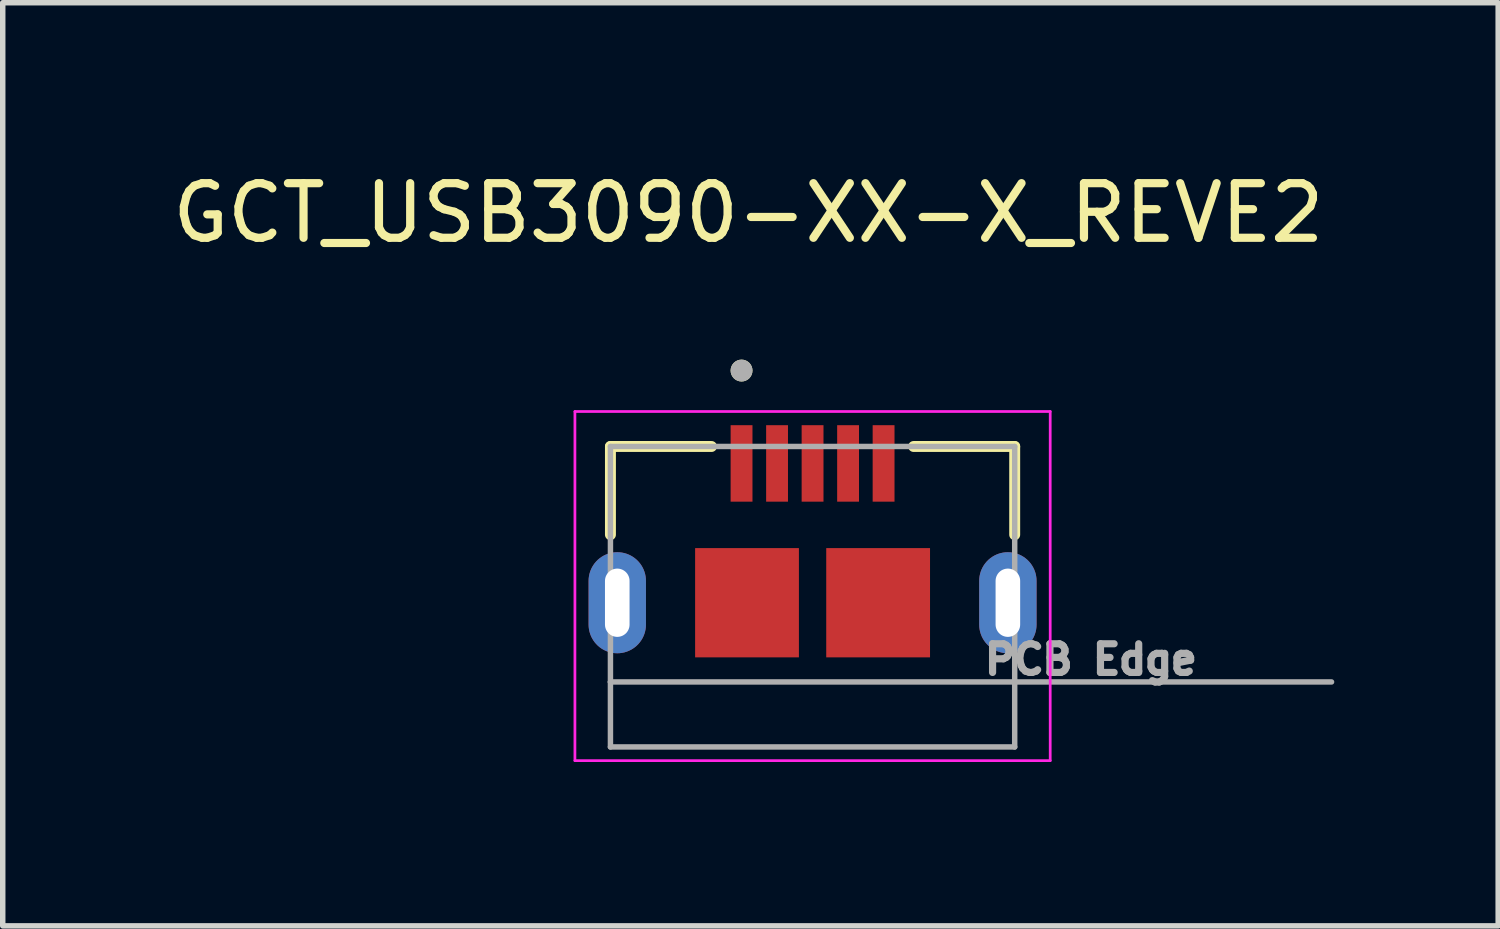
<source format=kicad_pcb>
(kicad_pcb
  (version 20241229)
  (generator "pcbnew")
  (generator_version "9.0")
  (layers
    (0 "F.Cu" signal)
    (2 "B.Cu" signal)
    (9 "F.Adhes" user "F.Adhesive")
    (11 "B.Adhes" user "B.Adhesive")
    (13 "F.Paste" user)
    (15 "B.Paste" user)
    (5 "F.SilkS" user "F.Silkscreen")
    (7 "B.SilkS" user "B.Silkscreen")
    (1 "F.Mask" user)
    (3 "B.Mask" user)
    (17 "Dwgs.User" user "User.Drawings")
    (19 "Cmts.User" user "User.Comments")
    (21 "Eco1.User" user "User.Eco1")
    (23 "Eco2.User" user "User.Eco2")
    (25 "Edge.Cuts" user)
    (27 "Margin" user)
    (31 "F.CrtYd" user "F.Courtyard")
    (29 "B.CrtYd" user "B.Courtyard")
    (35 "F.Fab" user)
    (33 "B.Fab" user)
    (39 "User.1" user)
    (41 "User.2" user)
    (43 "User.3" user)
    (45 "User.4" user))
  (footprint "GCT_USB3090-XX-X_REVE2"
    (layer "F.Cu")
    (at 11.824 7.983)
    (property "Reference" "GCT_USB3090-XX-X_REVE2" (at -1.175 -7.135 0) (layer "F.SilkS") (effects (font (size 1 1) (thickness 0.15))))
    (attr smd)
    (fp_line (start -3.7 -2.86) (end -1.85 -2.86) (stroke (width 0.2) (type solid)) (layer "F.SilkS"))
    (fp_line (start -3.7 -1.245) (end -3.7 -2.86) (stroke (width 0.2) (type solid)) (layer "F.SilkS"))
    (fp_line (start 1.85 -2.86) (end 3.7 -2.86) (stroke (width 0.2) (type solid)) (layer "F.SilkS"))
    (fp_line (start 3.7 -1.245) (end 3.7 -2.86) (stroke (width 0.2) (type solid)) (layer "F.SilkS"))
    (fp_circle (center -1.3 -4.25) (end -1.2 -4.25) (stroke (width 0.2) (type solid)) (fill no) (layer "F.SilkS"))
    (fp_line (start -4.35 -3.5) (end -4.35 2.89) (stroke (width 0.05) (type solid)) (layer "F.CrtYd"))
    (fp_line (start -4.35 2.89) (end 4.35 2.89) (stroke (width 0.05) (type solid)) (layer "F.CrtYd"))
    (fp_line (start 4.35 -3.5) (end -4.35 -3.5) (stroke (width 0.05) (type solid)) (layer "F.CrtYd"))
    (fp_line (start 4.35 2.89) (end 4.35 -3.5) (stroke (width 0.05) (type solid)) (layer "F.CrtYd"))
    (fp_line (start -3.7 -2.86) (end 3.7 -2.86) (stroke (width 0.1) (type solid)) (layer "F.Fab"))
    (fp_line (start -3.7 1.45) (end -3.7 -2.86) (stroke (width 0.1) (type solid)) (layer "F.Fab"))
    (fp_line (start -3.7 1.45) (end 9.5 1.45) (stroke (width 0.1) (type solid)) (layer "F.Fab"))
    (fp_line (start -3.7 2.64) (end -3.7 1.45) (stroke (width 0.1) (type solid)) (layer "F.Fab"))
    (fp_line (start -3.7 2.64) (end 3.7 2.64) (stroke (width 0.1) (type solid)) (layer "F.Fab"))
    (fp_line (start 3.7 2.64) (end 3.7 -2.86) (stroke (width 0.1) (type solid)) (layer "F.Fab"))
    (fp_circle (center -1.3 -4.25) (end -1.2 -4.25) (stroke (width 0.2) (type solid)) (fill no) (layer "F.Fab"))
    (fp_text user "PCB Edge" (at 5.095 1.04 0) (layer "F.Fab") (effects (font (size 0.525 0.525) (thickness 0.15))))
    (pad "1" smd rect (at -1.3 -2.55) (size 0.4 1.4) (layers "F.Cu" "F.Mask" "F.Paste"))
    (pad "2" smd rect (at -0.65 -2.55) (size 0.4 1.4) (layers "F.Cu" "F.Mask" "F.Paste"))
    (pad "3" smd rect (at 0 -2.55) (size 0.4 1.4) (layers "F.Cu" "F.Mask" "F.Paste"))
    (pad "4" smd rect (at 0.65 -2.55) (size 0.4 1.4) (layers "F.Cu" "F.Mask" "F.Paste"))
    (pad "5" smd rect (at 1.3 -2.55) (size 0.4 1.4) (layers "F.Cu" "F.Mask" "F.Paste"))
    (pad "SH1" thru_hole oval (at -3.575 0) (size 1.05 1.85) (drill oval 0.45 1.25) (layers "*.Cu" "*.Mask"))
    (pad "SH2" smd rect (at -1.2 0) (size 1.9 2) (layers "F.Cu" "F.Mask" "F.Paste"))
    (pad "SH3" smd rect (at 1.2 0) (size 1.9 2) (layers "F.Cu" "F.Mask" "F.Paste"))
    (pad "SH4" thru_hole oval (at 3.575 0) (size 1.05 1.85) (drill oval 0.45 1.25) (layers "*.Cu" "*.Mask")))
  (gr_rect
    (start -3 -3)
    (end 24.374 13.898)
    (stroke (width 0.1) (type default))
    (fill no)
    (layer "Edge.Cuts")))
</source>
